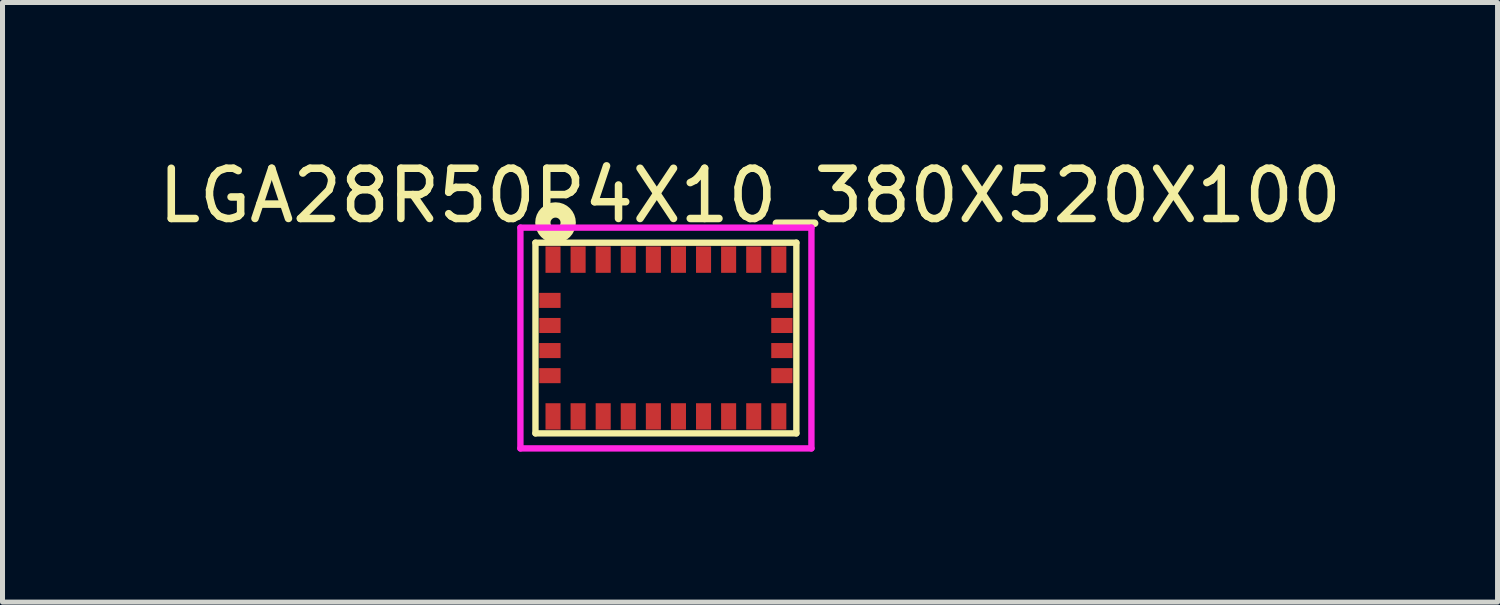
<source format=kicad_pcb>
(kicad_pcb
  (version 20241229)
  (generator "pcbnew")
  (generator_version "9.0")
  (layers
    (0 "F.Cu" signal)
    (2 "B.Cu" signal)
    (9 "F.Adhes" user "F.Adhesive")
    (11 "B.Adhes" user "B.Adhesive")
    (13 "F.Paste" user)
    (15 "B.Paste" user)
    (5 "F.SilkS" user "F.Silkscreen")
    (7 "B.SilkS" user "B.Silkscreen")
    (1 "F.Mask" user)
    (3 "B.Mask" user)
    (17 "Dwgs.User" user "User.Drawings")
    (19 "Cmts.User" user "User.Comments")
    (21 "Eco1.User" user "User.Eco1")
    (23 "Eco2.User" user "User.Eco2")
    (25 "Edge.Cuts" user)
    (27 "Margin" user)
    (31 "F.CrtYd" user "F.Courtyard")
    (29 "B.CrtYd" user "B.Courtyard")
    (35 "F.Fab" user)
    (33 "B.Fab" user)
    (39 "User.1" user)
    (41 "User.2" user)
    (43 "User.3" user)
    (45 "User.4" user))
  (footprint "LGA28R50P4X10_380X520X100"
    (layer "F.Cu")
    (at 10.222 3.687)
    (property "Reference" "LGA28R50P4X10_380X520X100" (at 1.677 -2.838 0) (layer "F.SilkS") (effects (font (size 1.001 1.001) (thickness 0.15))))
    (attr smd)
    (fp_line (start -2.6 -1.9) (end -2.6 1.9) (stroke (width 0.127) (type solid)) (layer "F.SilkS"))
    (fp_line (start -2.6 1.9) (end 2.6 1.9) (stroke (width 0.127) (type solid)) (layer "F.SilkS"))
    (fp_line (start 2.6 -1.9) (end -2.6 -1.9) (stroke (width 0.127) (type solid)) (layer "F.SilkS"))
    (fp_line (start 2.6 1.9) (end 2.6 -1.9) (stroke (width 0.127) (type solid)) (layer "F.SilkS"))
    (fp_circle (center -2.2 -2.3) (end -2.1 -2.3) (stroke (width 0.305) (type solid)) (fill no) (layer "F.SilkS"))
    (fp_line (start -2.9 -2.2) (end 2.9 -2.2) (stroke (width 0.127) (type solid)) (layer "F.CrtYd"))
    (fp_line (start -2.9 2.2) (end -2.9 -2.2) (stroke (width 0.127) (type solid)) (layer "F.CrtYd"))
    (fp_line (start 2.9 -2.2) (end 2.9 2.2) (stroke (width 0.127) (type solid)) (layer "F.CrtYd"))
    (fp_line (start 2.9 2.2) (end -2.9 2.2) (stroke (width 0.127) (type solid)) (layer "F.CrtYd"))
    (pad "1" smd rect (at -2.25 -1.562 180) (size 0.3 0.525) (layers "F.Cu" "F.Mask" "F.Paste"))
    (pad "2" smd rect (at -2.312 -0.75 270) (size 0.3 0.425) (layers "F.Cu" "F.Mask" "F.Paste"))
    (pad "3" smd rect (at -2.312 -0.25 270) (size 0.3 0.425) (layers "F.Cu" "F.Mask" "F.Paste"))
    (pad "4" smd rect (at -2.312 0.25 270) (size 0.3 0.425) (layers "F.Cu" "F.Mask" "F.Paste"))
    (pad "5" smd rect (at -2.312 0.75 270) (size 0.3 0.425) (layers "F.Cu" "F.Mask" "F.Paste"))
    (pad "6" smd rect (at -2.25 1.562 180) (size 0.3 0.525) (layers "F.Cu" "F.Mask" "F.Paste"))
    (pad "7" smd rect (at -1.75 1.562 180) (size 0.3 0.525) (layers "F.Cu" "F.Mask" "F.Paste"))
    (pad "8" smd rect (at -1.25 1.562 180) (size 0.3 0.525) (layers "F.Cu" "F.Mask" "F.Paste"))
    (pad "9" smd rect (at -0.75 1.562 180) (size 0.3 0.525) (layers "F.Cu" "F.Mask" "F.Paste"))
    (pad "10" smd rect (at -0.25 1.562 180) (size 0.3 0.525) (layers "F.Cu" "F.Mask" "F.Paste"))
    (pad "11" smd rect (at 0.25 1.562 180) (size 0.3 0.525) (layers "F.Cu" "F.Mask" "F.Paste"))
    (pad "12" smd rect (at 0.75 1.562 180) (size 0.3 0.525) (layers "F.Cu" "F.Mask" "F.Paste"))
    (pad "13" smd rect (at 1.25 1.562 180) (size 0.3 0.525) (layers "F.Cu" "F.Mask" "F.Paste"))
    (pad "14" smd rect (at 1.75 1.562 180) (size 0.3 0.525) (layers "F.Cu" "F.Mask" "F.Paste"))
    (pad "15" smd rect (at 2.25 1.562 180) (size 0.3 0.525) (layers "F.Cu" "F.Mask" "F.Paste"))
    (pad "16" smd rect (at 2.312 0.75 270) (size 0.3 0.425) (layers "F.Cu" "F.Mask" "F.Paste"))
    (pad "17" smd rect (at 2.312 0.25 270) (size 0.3 0.425) (layers "F.Cu" "F.Mask" "F.Paste"))
    (pad "18" smd rect (at 2.312 -0.25 270) (size 0.3 0.425) (layers "F.Cu" "F.Mask" "F.Paste"))
    (pad "19" smd rect (at 2.312 -0.75 270) (size 0.3 0.425) (layers "F.Cu" "F.Mask" "F.Paste"))
    (pad "20" smd rect (at 2.25 -1.562 180) (size 0.3 0.525) (layers "F.Cu" "F.Mask" "F.Paste"))
    (pad "21" smd rect (at 1.75 -1.562 180) (size 0.3 0.525) (layers "F.Cu" "F.Mask" "F.Paste"))
    (pad "22" smd rect (at 1.25 -1.562 180) (size 0.3 0.525) (layers "F.Cu" "F.Mask" "F.Paste"))
    (pad "23" smd rect (at 0.75 -1.562 180) (size 0.3 0.525) (layers "F.Cu" "F.Mask" "F.Paste"))
    (pad "24" smd rect (at 0.25 -1.562 180) (size 0.3 0.525) (layers "F.Cu" "F.Mask" "F.Paste"))
    (pad "25" smd rect (at -0.25 -1.562 180) (size 0.3 0.525) (layers "F.Cu" "F.Mask" "F.Paste"))
    (pad "26" smd rect (at -0.75 -1.562 180) (size 0.3 0.525) (layers "F.Cu" "F.Mask" "F.Paste"))
    (pad "27" smd rect (at -1.25 -1.562 180) (size 0.3 0.525) (layers "F.Cu" "F.Mask" "F.Paste"))
    (pad "28" smd rect (at -1.75 -1.562 180) (size 0.3 0.525) (layers "F.Cu" "F.Mask" "F.Paste")))
  (gr_rect
    (start -3 -3)
    (end 26.797 8.95)
    (stroke (width 0.1) (type default))
    (fill no)
    (layer "Edge.Cuts")))
</source>
